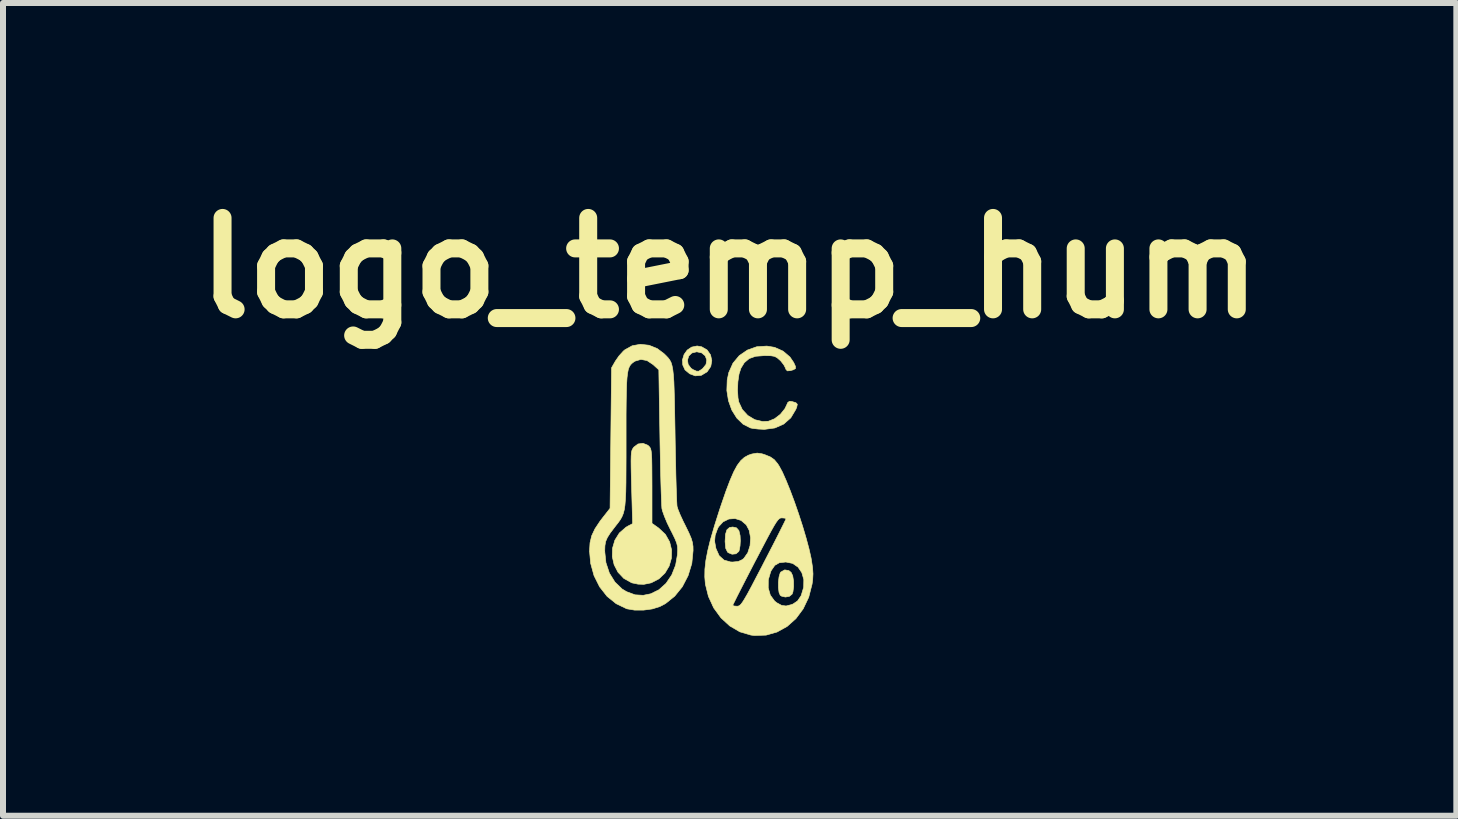
<source format=kicad_pcb>
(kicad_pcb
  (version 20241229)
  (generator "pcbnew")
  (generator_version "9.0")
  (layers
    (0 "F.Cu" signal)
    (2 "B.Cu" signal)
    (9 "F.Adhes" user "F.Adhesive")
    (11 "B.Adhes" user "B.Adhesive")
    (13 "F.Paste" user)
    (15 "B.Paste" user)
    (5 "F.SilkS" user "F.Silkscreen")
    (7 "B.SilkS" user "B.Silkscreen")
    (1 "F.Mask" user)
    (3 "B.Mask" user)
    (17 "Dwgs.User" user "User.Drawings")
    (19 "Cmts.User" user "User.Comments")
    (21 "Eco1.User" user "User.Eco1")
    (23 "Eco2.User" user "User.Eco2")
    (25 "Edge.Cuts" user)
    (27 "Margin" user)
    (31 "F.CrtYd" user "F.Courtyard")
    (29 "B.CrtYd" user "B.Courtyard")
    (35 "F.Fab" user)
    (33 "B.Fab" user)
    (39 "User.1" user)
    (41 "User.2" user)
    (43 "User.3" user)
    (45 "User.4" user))
  (footprint "logo_temp_hum"
    (layer "F.Cu")
    (at 11.401 4.974)
    (property "Reference" "logo_temp_hum" (at -2.286 -3.556 0) (layer "F.SilkS") (effects (font (size 1.524 1.524) (thickness 0.3))))
    (attr through_hole)
    (fp_poly (pts (xy -2.172 0.776) (xy -2.132 0.822) (xy -2.112 0.906) (xy -2.108 0.991) (xy -2.113 1.076) (xy -2.126 1.147) (xy -2.134 1.17) (xy -2.181 1.209) (xy -2.246 1.216) (xy -2.31 1.19) (xy -2.322 1.179) (xy -2.352 1.117) (xy -2.362 1.007) (xy -2.362 1) (xy -2.355 0.883) (xy -2.332 0.809) (xy -2.289 0.771) (xy -2.235 0.762) (xy -2.172 0.776)) (stroke (width 0.01) (type solid)) (fill yes) (layer "F.SilkS"))
    (fp_poly (pts (xy -1.299 1.489) (xy -1.261 1.52) (xy -1.235 1.576) (xy -1.221 1.662) (xy -1.22 1.757) (xy -1.231 1.843) (xy -1.245 1.881) (xy -1.29 1.918) (xy -1.357 1.93) (xy -1.421 1.915) (xy -1.443 1.9) (xy -1.463 1.853) (xy -1.473 1.774) (xy -1.473 1.681) (xy -1.463 1.594) (xy -1.444 1.53) (xy -1.433 1.513) (xy -1.368 1.477) (xy -1.299 1.489)) (stroke (width 0.01) (type solid)) (fill yes) (layer "F.SilkS"))
    (fp_poly (pts (xy -2.752 -2.242) (xy -2.662 -2.189) (xy -2.605 -2.108) (xy -2.584 -2.012) (xy -2.601 -1.915) (xy -2.659 -1.829) (xy -2.665 -1.823) (xy -2.76 -1.766) (xy -2.86 -1.758) (xy -2.952 -1.792) (xy -3.03 -1.857) (xy -3.068 -1.939) (xy -3.072 -2.02) (xy -2.989 -2.02) (xy -2.978 -1.948) (xy -2.93 -1.884) (xy -2.895 -1.861) (xy -2.84 -1.836) (xy -2.803 -1.835) (xy -2.759 -1.862) (xy -2.734 -1.881) (xy -2.68 -1.949) (xy -2.668 -2.024) (xy -2.694 -2.092) (xy -2.753 -2.141) (xy -2.835 -2.159) (xy -2.916 -2.139) (xy -2.968 -2.089) (xy -2.989 -2.02) (xy -3.072 -2.02) (xy -3.072 -2.028) (xy -3.046 -2.114) (xy -2.994 -2.187) (xy -2.92 -2.237) (xy -2.829 -2.256) (xy -2.752 -2.242)) (stroke (width 0.01) (type solid)) (fill yes) (layer "F.SilkS"))
    (fp_poly (pts (xy -3.651 -0.601) (xy -3.632 -0.584) (xy -3.616 -0.566) (xy -3.604 -0.542) (xy -3.595 -0.506) (xy -3.589 -0.452) (xy -3.585 -0.373) (xy -3.583 -0.263) (xy -3.582 -0.116) (xy -3.581 0.076) (xy -3.581 0.084) (xy -3.581 0.701) (xy -3.471 0.779) (xy -3.358 0.885) (xy -3.287 1.01) (xy -3.254 1.145) (xy -3.257 1.282) (xy -3.295 1.414) (xy -3.365 1.531) (xy -3.466 1.627) (xy -3.594 1.693) (xy -3.716 1.718) (xy -3.813 1.715) (xy -3.909 1.695) (xy -3.92 1.692) (xy -4.051 1.619) (xy -4.148 1.516) (xy -4.212 1.392) (xy -4.243 1.256) (xy -4.239 1.116) (xy -4.2 0.982) (xy -4.125 0.862) (xy -4.015 0.766) (xy -3.977 0.744) (xy -3.904 0.706) (xy -3.921 0.103) (xy -3.926 -0.088) (xy -3.929 -0.234) (xy -3.93 -0.343) (xy -3.928 -0.422) (xy -3.924 -0.476) (xy -3.916 -0.514) (xy -3.904 -0.54) (xy -3.888 -0.563) (xy -3.885 -0.568) (xy -3.814 -0.622) (xy -3.731 -0.633) (xy -3.651 -0.601)) (stroke (width 0.01) (type solid)) (fill yes) (layer "F.SilkS"))
    (fp_poly (pts (xy -1.537 -2.233) (xy -1.396 -2.17) (xy -1.281 -2.072) (xy -1.219 -1.981) (xy -1.189 -1.915) (xy -1.189 -1.879) (xy -1.227 -1.858) (xy -1.274 -1.845) (xy -1.325 -1.841) (xy -1.35 -1.869) (xy -1.355 -1.887) (xy -1.383 -1.941) (xy -1.432 -2.004) (xy -1.449 -2.02) (xy -1.495 -2.06) (xy -1.539 -2.083) (xy -1.599 -2.093) (xy -1.691 -2.095) (xy -1.71 -2.095) (xy -1.854 -2.084) (xy -1.961 -2.046) (xy -2.042 -1.977) (xy -2.098 -1.886) (xy -2.13 -1.788) (xy -2.149 -1.659) (xy -2.155 -1.519) (xy -2.147 -1.389) (xy -2.134 -1.322) (xy -2.076 -1.197) (xy -1.984 -1.097) (xy -1.867 -1.027) (xy -1.736 -0.996) (xy -1.64 -1.001) (xy -1.538 -1.042) (xy -1.441 -1.116) (xy -1.366 -1.209) (xy -1.342 -1.258) (xy -1.316 -1.315) (xy -1.286 -1.334) (xy -1.246 -1.329) (xy -1.182 -1.31) (xy -1.158 -1.284) (xy -1.168 -1.236) (xy -1.183 -1.199) (xy -1.267 -1.058) (xy -1.385 -0.954) (xy -1.532 -0.889) (xy -1.703 -0.866) (xy -1.714 -0.866) (xy -1.811 -0.871) (xy -1.897 -0.881) (xy -1.938 -0.889) (xy -2.062 -0.952) (xy -2.167 -1.054) (xy -2.25 -1.187) (xy -2.306 -1.343) (xy -2.333 -1.513) (xy -2.327 -1.689) (xy -2.301 -1.812) (xy -2.231 -1.969) (xy -2.125 -2.096) (xy -1.99 -2.188) (xy -1.835 -2.243) (xy -1.666 -2.254) (xy -1.537 -2.233)) (stroke (width 0.01) (type solid)) (fill yes) (layer "F.SilkS"))
    (fp_poly (pts (xy -3.631 -2.268) (xy -3.494 -2.213) (xy -3.381 -2.128) (xy -3.343 -2.091) (xy -3.311 -2.057) (xy -3.285 -2.022) (xy -3.263 -1.981) (xy -3.247 -1.928) (xy -3.234 -1.86) (xy -3.224 -1.771) (xy -3.216 -1.657) (xy -3.211 -1.512) (xy -3.206 -1.332) (xy -3.202 -1.112) (xy -3.197 -0.848) (xy -3.196 -0.775) (xy -3.192 -0.539) (xy -3.187 -0.316) (xy -3.183 -0.112) (xy -3.178 0.066) (xy -3.173 0.215) (xy -3.169 0.327) (xy -3.165 0.398) (xy -3.163 0.419) (xy -3.146 0.473) (xy -3.111 0.559) (xy -3.063 0.663) (xy -3.022 0.745) (xy -2.965 0.862) (xy -2.928 0.949) (xy -2.907 1.019) (xy -2.897 1.087) (xy -2.896 1.156) (xy -2.917 1.37) (xy -2.979 1.573) (xy -3.075 1.758) (xy -3.202 1.915) (xy -3.355 2.038) (xy -3.451 2.089) (xy -3.576 2.128) (xy -3.723 2.148) (xy -3.87 2.148) (xy -3.995 2.127) (xy -4.003 2.125) (xy -4.178 2.041) (xy -4.33 1.918) (xy -4.454 1.76) (xy -4.547 1.574) (xy -4.604 1.367) (xy -4.622 1.165) (xy -4.369 1.165) (xy -4.369 1.166) (xy -4.349 1.357) (xy -4.291 1.532) (xy -4.199 1.68) (xy -4.079 1.796) (xy -4.004 1.841) (xy -3.863 1.893) (xy -3.727 1.901) (xy -3.603 1.876) (xy -3.466 1.809) (xy -3.347 1.702) (xy -3.252 1.562) (xy -3.187 1.398) (xy -3.157 1.225) (xy -3.153 1.147) (xy -3.156 1.086) (xy -3.17 1.027) (xy -3.198 0.958) (xy -3.244 0.863) (xy -3.273 0.807) (xy -3.328 0.694) (xy -3.374 0.584) (xy -3.406 0.494) (xy -3.416 0.452) (xy -3.419 0.404) (xy -3.423 0.31) (xy -3.428 0.178) (xy -3.433 0.013) (xy -3.438 -0.18) (xy -3.442 -0.394) (xy -3.447 -0.623) (xy -3.449 -0.758) (xy -3.467 -1.858) (xy -3.562 -1.945) (xy -3.664 -2.013) (xy -3.766 -2.032) (xy -3.864 -2.003) (xy -3.883 -1.991) (xy -3.913 -1.968) (xy -3.938 -1.943) (xy -3.958 -1.911) (xy -3.975 -1.868) (xy -3.987 -1.808) (xy -3.997 -1.728) (xy -4.004 -1.622) (xy -4.008 -1.487) (xy -4.011 -1.317) (xy -4.013 -1.109) (xy -4.013 -0.857) (xy -4.013 -0.673) (xy -4.013 -0.397) (xy -4.014 -0.166) (xy -4.015 0.024) (xy -4.018 0.178) (xy -4.024 0.302) (xy -4.032 0.4) (xy -4.044 0.478) (xy -4.061 0.541) (xy -4.083 0.594) (xy -4.11 0.641) (xy -4.144 0.689) (xy -4.185 0.741) (xy -4.201 0.762) (xy -4.277 0.862) (xy -4.326 0.939) (xy -4.354 1.005) (xy -4.366 1.076) (xy -4.369 1.165) (xy -4.622 1.165) (xy -4.622 1.159) (xy -4.614 1.025) (xy -4.586 0.908) (xy -4.532 0.793) (xy -4.447 0.665) (xy -4.401 0.605) (xy -4.28 0.451) (xy -4.255 -1.892) (xy -4.191 -2.004) (xy -4.131 -2.09) (xy -4.058 -2.171) (xy -4.033 -2.192) (xy -3.912 -2.259) (xy -3.775 -2.284) (xy -3.631 -2.268)) (stroke (width 0.01) (type solid)) (fill yes) (layer "F.SilkS"))
    (fp_poly (pts (xy -1.746 -0.458) (xy -1.701 -0.444) (xy -1.606 -0.405) (xy -1.542 -0.36) (xy -1.486 -0.293) (xy -1.461 -0.254) (xy -1.407 -0.154) (xy -1.345 -0.014) (xy -1.276 0.156) (xy -1.205 0.346) (xy -1.135 0.548) (xy -1.069 0.752) (xy -1.011 0.948) (xy -0.963 1.127) (xy -0.929 1.278) (xy -0.924 1.307) (xy -0.904 1.438) (xy -0.897 1.543) (xy -0.902 1.641) (xy -0.912 1.714) (xy -0.968 1.933) (xy -1.06 2.126) (xy -1.181 2.289) (xy -1.328 2.42) (xy -1.496 2.513) (xy -1.679 2.565) (xy -1.874 2.571) (xy -1.932 2.564) (xy -2.116 2.51) (xy -2.284 2.412) (xy -2.431 2.277) (xy -2.552 2.111) (xy -2.571 2.069) (xy -2.235 2.069) (xy -2.213 2.079) (xy -2.164 2.083) (xy -2.143 2.081) (xy -2.122 2.072) (xy -2.099 2.051) (xy -2.071 2.014) (xy -2.035 1.956) (xy -1.987 1.873) (xy -1.936 1.778) (xy -1.643 1.778) (xy -1.608 1.899) (xy -1.537 1.996) (xy -1.501 2.025) (xy -1.42 2.069) (xy -1.346 2.079) (xy -1.259 2.057) (xy -1.23 2.046) (xy -1.154 1.995) (xy -1.097 1.911) (xy -1.092 1.9) (xy -1.052 1.766) (xy -1.05 1.638) (xy -1.083 1.523) (xy -1.146 1.431) (xy -1.236 1.369) (xy -1.349 1.346) (xy -1.351 1.346) (xy -1.458 1.358) (xy -1.533 1.401) (xy -1.59 1.483) (xy -1.602 1.507) (xy -1.642 1.643) (xy -1.643 1.778) (xy -1.936 1.778) (xy -1.926 1.76) (xy -1.849 1.612) (xy -1.751 1.425) (xy -1.719 1.362) (xy -1.628 1.186) (xy -1.545 1.025) (xy -1.473 0.883) (xy -1.415 0.767) (xy -1.373 0.683) (xy -1.35 0.634) (xy -1.346 0.625) (xy -1.368 0.614) (xy -1.416 0.61) (xy -1.437 0.612) (xy -1.457 0.622) (xy -1.481 0.645) (xy -1.51 0.684) (xy -1.547 0.744) (xy -1.596 0.831) (xy -1.659 0.948) (xy -1.739 1.1) (xy -1.839 1.292) (xy -1.861 1.333) (xy -1.952 1.509) (xy -2.035 1.67) (xy -2.107 1.811) (xy -2.166 1.927) (xy -2.208 2.012) (xy -2.232 2.06) (xy -2.235 2.069) (xy -2.571 2.069) (xy -2.64 1.92) (xy -2.691 1.715) (xy -2.701 1.594) (xy -2.699 1.465) (xy -2.683 1.321) (xy -2.651 1.155) (xy -2.613 1) (xy -2.537 1) (xy -2.516 1.116) (xy -2.512 1.127) (xy -2.461 1.241) (xy -2.38 1.314) (xy -2.27 1.345) (xy -2.235 1.346) (xy -2.142 1.337) (xy -2.075 1.306) (xy -2.05 1.286) (xy -1.984 1.192) (xy -1.946 1.073) (xy -1.937 0.943) (xy -1.96 0.819) (xy -2.009 0.726) (xy -2.095 0.653) (xy -2.196 0.621) (xy -2.3 0.629) (xy -2.396 0.676) (xy -2.472 0.759) (xy -2.489 0.793) (xy -2.528 0.901) (xy -2.537 1) (xy -2.613 1) (xy -2.603 0.963) (xy -2.538 0.738) (xy -2.454 0.474) (xy -2.424 0.385) (xy -2.347 0.162) (xy -2.279 -0.017) (xy -2.218 -0.158) (xy -2.16 -0.265) (xy -2.102 -0.343) (xy -2.041 -0.398) (xy -1.974 -0.435) (xy -1.915 -0.455) (xy -1.827 -0.47) (xy -1.746 -0.458)) (stroke (width 0.01) (type solid)) (fill yes) (layer "F.SilkS")))
  (gr_rect
    (start -3 -3)
    (end 21.23 10.55)
    (stroke (width 0.1) (type default))
    (fill no)
    (layer "Edge.Cuts")))
</source>
